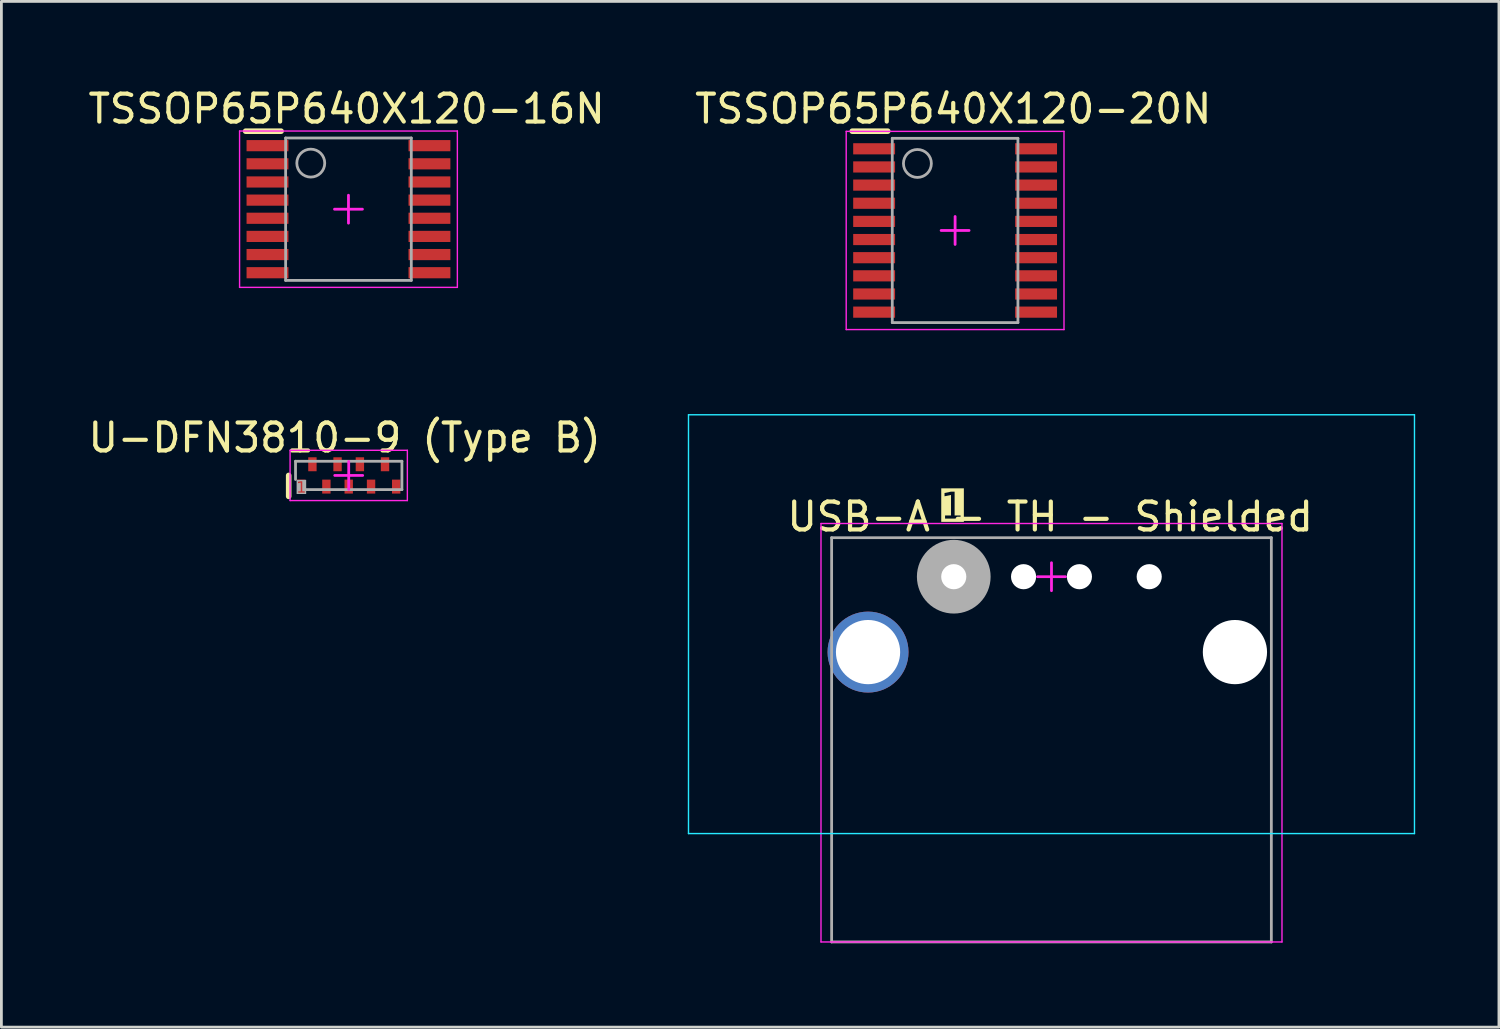
<source format=kicad_pcb>
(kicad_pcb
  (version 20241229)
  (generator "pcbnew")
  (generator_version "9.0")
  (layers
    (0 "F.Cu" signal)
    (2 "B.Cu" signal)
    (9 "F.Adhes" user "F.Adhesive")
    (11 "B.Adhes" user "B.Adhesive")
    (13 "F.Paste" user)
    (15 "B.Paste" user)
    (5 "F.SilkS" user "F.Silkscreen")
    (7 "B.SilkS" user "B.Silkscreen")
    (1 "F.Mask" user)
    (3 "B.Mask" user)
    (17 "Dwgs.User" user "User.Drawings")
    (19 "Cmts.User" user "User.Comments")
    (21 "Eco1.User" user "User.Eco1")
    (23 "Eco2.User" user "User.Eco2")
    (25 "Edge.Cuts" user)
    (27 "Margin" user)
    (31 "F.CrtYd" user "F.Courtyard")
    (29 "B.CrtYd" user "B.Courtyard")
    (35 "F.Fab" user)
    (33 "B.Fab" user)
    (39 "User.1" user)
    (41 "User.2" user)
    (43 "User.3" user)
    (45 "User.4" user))
  (footprint "U-DFN3810-9 (Type B)"
    (layer "F.Cu")
    (at 9.439 13.977)
    (property "Reference" "U-DFN3810-9 (Type B)" (at -0.147 -1.35 0) (layer "F.SilkS") (effects (font (size 1 1) (thickness 0.15))))
    (fp_line (start -2.15 0.75) (end -2.15 0) (stroke (width 0.2) (type solid)) (layer "F.SilkS"))
    (fp_line (start -2.1 -0.9) (end 2.1 -0.9) (stroke (width 0.05) (type solid)) (layer "F.CrtYd"))
    (fp_line (start -2.1 0.9) (end -2.1 -0.9) (stroke (width 0.05) (type solid)) (layer "F.CrtYd"))
    (fp_line (start -2.1 0.9) (end 2.1 0.9) (stroke (width 0.05) (type solid)) (layer "F.CrtYd"))
    (fp_line (start -0.5 0) (end 0.5 0) (stroke (width 0.1) (type solid)) (layer "F.CrtYd"))
    (fp_line (start 0 0.5) (end 0 -0.5) (stroke (width 0.1) (type solid)) (layer "F.CrtYd"))
    (fp_line (start 2.1 0.9) (end 2.1 -0.9) (stroke (width 0.05) (type solid)) (layer "F.CrtYd"))
    (fp_line (start -1.905 -0.508) (end 1.905 -0.508) (stroke (width 0.1) (type solid)) (layer "F.Fab"))
    (fp_line (start -1.905 0.145) (end -1.905 -0.508) (stroke (width 0.1) (type solid)) (layer "F.Fab"))
    (fp_line (start -1.524 0.508) (end 1.905 0.508) (stroke (width 0.1) (type solid)) (layer "F.Fab"))
    (fp_line (start 1.905 0.508) (end 1.905 -0.508) (stroke (width 0.1) (type solid)) (layer "F.Fab"))
    (fp_text user "1" (at -1.7 0.45 0) (unlocked yes) (layer "F.Fab" knockout) (effects (font (face "Arial") (size 0.4 0.4) (thickness 0.254))))
    (pad "1" smd rect (at -1.7 0.4) (size 0.3 0.5) (layers "F.Cu" "F.Mask" "F.Paste"))
    (pad "2" smd rect (at -0.8 0.4) (size 0.3 0.5) (layers "F.Cu" "F.Mask" "F.Paste"))
    (pad "3" smd rect (at 0 0.4) (size 0.3 0.5) (layers "F.Cu" "F.Mask" "F.Paste"))
    (pad "4" smd rect (at 0.8 0.4) (size 0.3 0.5) (layers "F.Cu" "F.Mask" "F.Paste"))
    (pad "5" smd rect (at 1.7 0.4) (size 0.3 0.5) (layers "F.Cu" "F.Mask" "F.Paste"))
    (pad "6" smd rect (at 1.3 -0.4) (size 0.3 0.5) (layers "F.Cu" "F.Mask" "F.Paste"))
    (pad "7" smd rect (at 0.4 -0.4) (size 0.3 0.5) (layers "F.Cu" "F.Mask" "F.Paste"))
    (pad "8" smd rect (at -0.4 -0.4) (size 0.3 0.5) (layers "F.Cu" "F.Mask" "F.Paste"))
    (pad "9" smd rect (at -1.3 -0.4) (size 0.3 0.5) (layers "F.Cu" "F.Mask" "F.Paste")))
  (footprint "TSSOP65P640X120-20N"
    (layer "F.Cu")
    (at 31.156 5.204)
    (property "Reference" "TSSOP65P640X120-20N" (at -0.067 -4.356 0) (layer "F.SilkS") (effects (font (size 1 1) (thickness 0.15))))
    (fp_line (start -3.683 -3.556) (end -2.413 -3.556) (stroke (width 0.2) (type solid)) (layer "F.SilkS"))
    (fp_line (start -3.9 -3.55) (end 3.9 -3.55) (stroke (width 0.05) (type solid)) (layer "F.CrtYd"))
    (fp_line (start -3.9 3.55) (end -3.9 -3.55) (stroke (width 0.05) (type solid)) (layer "F.CrtYd"))
    (fp_line (start -3.9 3.55) (end 3.9 3.55) (stroke (width 0.05) (type solid)) (layer "F.CrtYd"))
    (fp_line (start -0.5 0) (end 0.5 0) (stroke (width 0.1) (type solid)) (layer "F.CrtYd"))
    (fp_line (start 0 0.5) (end 0 -0.5) (stroke (width 0.1) (type solid)) (layer "F.CrtYd"))
    (fp_line (start 3.9 3.55) (end 3.9 -3.55) (stroke (width 0.05) (type solid)) (layer "F.CrtYd"))
    (fp_line (start -2.25 -3.3) (end 2.25 -3.3) (stroke (width 0.1) (type solid)) (layer "F.Fab"))
    (fp_line (start -2.25 3.3) (end -2.25 -3.3) (stroke (width 0.1) (type solid)) (layer "F.Fab"))
    (fp_line (start -2.25 3.3) (end 2.25 3.3) (stroke (width 0.1) (type solid)) (layer "F.Fab"))
    (fp_line (start 2.25 3.3) (end 2.25 -3.3) (stroke (width 0.1) (type solid)) (layer "F.Fab"))
    (fp_circle (center -1.35 -2.4) (end -1.35 -2.9) (stroke (width 0.1) (type solid)) (fill no) (layer "F.Fab"))
    (pad "1" smd rect (at -2.9 -2.925 90) (size 0.4 1.5) (layers "F.Cu" "F.Mask" "F.Paste"))
    (pad "2" smd rect (at -2.9 -2.275 90) (size 0.4 1.5) (layers "F.Cu" "F.Mask" "F.Paste"))
    (pad "3" smd rect (at -2.9 -1.625 90) (size 0.4 1.5) (layers "F.Cu" "F.Mask" "F.Paste"))
    (pad "4" smd rect (at -2.9 -0.975 90) (size 0.4 1.5) (layers "F.Cu" "F.Mask" "F.Paste"))
    (pad "5" smd rect (at -2.9 -0.325 90) (size 0.4 1.5) (layers "F.Cu" "F.Mask" "F.Paste"))
    (pad "6" smd rect (at -2.9 0.325 90) (size 0.4 1.5) (layers "F.Cu" "F.Mask" "F.Paste"))
    (pad "7" smd rect (at -2.9 0.975 90) (size 0.4 1.5) (layers "F.Cu" "F.Mask" "F.Paste"))
    (pad "8" smd rect (at -2.9 1.625 90) (size 0.4 1.5) (layers "F.Cu" "F.Mask" "F.Paste"))
    (pad "9" smd rect (at -2.9 2.275 90) (size 0.4 1.5) (layers "F.Cu" "F.Mask" "F.Paste"))
    (pad "10" smd rect (at -2.9 2.925 90) (size 0.4 1.5) (layers "F.Cu" "F.Mask" "F.Paste"))
    (pad "11" smd rect (at 2.9 2.925 90) (size 0.4 1.5) (layers "F.Cu" "F.Mask" "F.Paste"))
    (pad "12" smd rect (at 2.9 2.275 90) (size 0.4 1.5) (layers "F.Cu" "F.Mask" "F.Paste"))
    (pad "13" smd rect (at 2.9 1.625 90) (size 0.4 1.5) (layers "F.Cu" "F.Mask" "F.Paste"))
    (pad "14" smd rect (at 2.9 0.975 90) (size 0.4 1.5) (layers "F.Cu" "F.Mask" "F.Paste"))
    (pad "15" smd rect (at 2.9 0.325 90) (size 0.4 1.5) (layers "F.Cu" "F.Mask" "F.Paste"))
    (pad "16" smd rect (at 2.9 -0.325 90) (size 0.4 1.5) (layers "F.Cu" "F.Mask" "F.Paste"))
    (pad "17" smd rect (at 2.9 -0.975 90) (size 0.4 1.5) (layers "F.Cu" "F.Mask" "F.Paste"))
    (pad "18" smd rect (at 2.9 -1.625 90) (size 0.4 1.5) (layers "F.Cu" "F.Mask" "F.Paste"))
    (pad "19" smd rect (at 2.9 -2.275 90) (size 0.4 1.5) (layers "F.Cu" "F.Mask" "F.Paste"))
    (pad "20" smd rect (at 2.9 -2.925 90) (size 0.4 1.5) (layers "F.Cu" "F.Mask" "F.Paste")))
  (footprint "USB-A - TH - Shielded"
    (layer "F.Cu")
    (at 34.608 20.304)
    (property "Reference" "USB-A - TH - Shielded" (at -0.048 -4.847 0) (layer "F.SilkS") (effects (font (size 1 1) (thickness 0.15))))
    (fp_line (start -13 -8.5) (end 13 -8.5) (stroke (width 0.05) (type solid)) (layer "B.CrtYd"))
    (fp_line (start -13 6.5) (end -13 -8.5) (stroke (width 0.05) (type solid)) (layer "B.CrtYd"))
    (fp_line (start -13 6.5) (end 13 6.5) (stroke (width 0.05) (type solid)) (layer "B.CrtYd"))
    (fp_line (start 13 6.5) (end 13 -8.5) (stroke (width 0.05) (type solid)) (layer "B.CrtYd"))
    (fp_line (start -8.255 -4.605) (end 8.255 -4.605) (stroke (width 0.05) (type solid)) (layer "F.CrtYd"))
    (fp_line (start -8.255 10.381) (end -8.255 -4.605) (stroke (width 0.05) (type solid)) (layer "F.CrtYd"))
    (fp_line (start -8.255 10.381) (end 8.255 10.381) (stroke (width 0.05) (type solid)) (layer "F.CrtYd"))
    (fp_line (start -0.5 -2.7) (end 0.5 -2.7) (stroke (width 0.1) (type solid)) (layer "F.CrtYd"))
    (fp_line (start 0 -2.2) (end 0 -3.2) (stroke (width 0.1) (type solid)) (layer "F.CrtYd"))
    (fp_line (start 8.255 10.381) (end 8.255 -4.605) (stroke (width 0.05) (type solid)) (layer "F.CrtYd"))
    (fp_line (start -7.874 -4.097) (end 7.874 -4.097) (stroke (width 0.1) (type solid)) (layer "F.Fab"))
    (fp_line (start -7.874 10.381) (end -7.874 -4.097) (stroke (width 0.1) (type solid)) (layer "F.Fab"))
    (fp_line (start -7.874 10.381) (end 7.874 10.381) (stroke (width 0.1) (type solid)) (layer "F.Fab"))
    (fp_line (start 7.874 10.381) (end 7.874 -4.097) (stroke (width 0.1) (type solid)) (layer "F.Fab"))
    (fp_circle (center -3.5 -2.7) (end -3.5 -3.02) (stroke (width 1) (type solid)) (fill no) (layer "F.Fab"))
    (fp_text user "1" (at -3.555 -5.174 0) (unlocked yes) (layer "F.SilkS" knockout) (effects (font (face "Arial") (size 0.945 0.945) (thickness 0.254))))
    (pad "" np_thru_hole circle (at -3.5 -2.7) (size 0.9 0.9) (drill 0.9) (layers "*.Cu" "*.Mask"))
    (pad "" np_thru_hole circle (at -1 -2.7) (size 0.9 0.9) (drill 0.9) (layers "*.Cu" "*.Mask"))
    (pad "" np_thru_hole circle (at 1 -2.7) (size 0.9 0.9) (drill 0.9) (layers "*.Cu" "*.Mask"))
    (pad "" np_thru_hole circle (at 3.5 -2.7) (size 0.9 0.9) (drill 0.9) (layers "*.Cu" "*.Mask"))
    (pad "" np_thru_hole circle (at 6.57 0) (size 2.3 2.3) (drill 2.3) (layers "*.Cu" "*.Mask"))
    (pad "5" thru_hole circle (at -6.57 0) (size 2.9 2.9) (drill 2.3) (layers "*.Cu" "*.Mask")))
  (footprint "TSSOP65P640X120-16N"
    (layer "F.Cu")
    (at 9.43 4.442)
    (property "Reference" "TSSOP65P640X120-16N" (at -0.067 -3.594 0) (layer "F.SilkS") (effects (font (size 1 1) (thickness 0.15))))
    (fp_line (start -3.683 -2.794) (end -2.413 -2.794) (stroke (width 0.2) (type solid)) (layer "F.SilkS"))
    (fp_line (start -3.9 -2.8) (end 3.9 -2.8) (stroke (width 0.05) (type solid)) (layer "F.CrtYd"))
    (fp_line (start -3.9 2.8) (end -3.9 -2.8) (stroke (width 0.05) (type solid)) (layer "F.CrtYd"))
    (fp_line (start -3.9 2.8) (end 3.9 2.8) (stroke (width 0.05) (type solid)) (layer "F.CrtYd"))
    (fp_line (start -0.5 0) (end 0.5 0) (stroke (width 0.1) (type solid)) (layer "F.CrtYd"))
    (fp_line (start 0 0.5) (end 0 -0.5) (stroke (width 0.1) (type solid)) (layer "F.CrtYd"))
    (fp_line (start 3.9 2.8) (end 3.9 -2.8) (stroke (width 0.05) (type solid)) (layer "F.CrtYd"))
    (fp_line (start -2.25 -2.55) (end 2.25 -2.55) (stroke (width 0.1) (type solid)) (layer "F.Fab"))
    (fp_line (start -2.25 2.55) (end -2.25 -2.55) (stroke (width 0.1) (type solid)) (layer "F.Fab"))
    (fp_line (start -2.25 2.55) (end 2.25 2.55) (stroke (width 0.1) (type solid)) (layer "F.Fab"))
    (fp_line (start 2.25 2.55) (end 2.25 -2.55) (stroke (width 0.1) (type solid)) (layer "F.Fab"))
    (fp_circle (center -1.35 -1.65) (end -1.35 -2.15) (stroke (width 0.1) (type solid)) (fill no) (layer "F.Fab"))
    (pad "1" smd rect (at -2.9 -2.275 90) (size 0.4 1.5) (layers "F.Cu" "F.Mask" "F.Paste"))
    (pad "2" smd rect (at -2.9 -1.625 90) (size 0.4 1.5) (layers "F.Cu" "F.Mask" "F.Paste"))
    (pad "3" smd rect (at -2.9 -0.975 90) (size 0.4 1.5) (layers "F.Cu" "F.Mask" "F.Paste"))
    (pad "4" smd rect (at -2.9 -0.325 90) (size 0.4 1.5) (layers "F.Cu" "F.Mask" "F.Paste"))
    (pad "5" smd rect (at -2.9 0.325 90) (size 0.4 1.5) (layers "F.Cu" "F.Mask" "F.Paste"))
    (pad "6" smd rect (at -2.9 0.975 90) (size 0.4 1.5) (layers "F.Cu" "F.Mask" "F.Paste"))
    (pad "7" smd rect (at -2.9 1.625 90) (size 0.4 1.5) (layers "F.Cu" "F.Mask" "F.Paste"))
    (pad "8" smd rect (at -2.9 2.275 90) (size 0.4 1.5) (layers "F.Cu" "F.Mask" "F.Paste"))
    (pad "9" smd rect (at 2.9 2.275 90) (size 0.4 1.5) (layers "F.Cu" "F.Mask" "F.Paste"))
    (pad "10" smd rect (at 2.9 1.625 90) (size 0.4 1.5) (layers "F.Cu" "F.Mask" "F.Paste"))
    (pad "11" smd rect (at 2.9 0.975 90) (size 0.4 1.5) (layers "F.Cu" "F.Mask" "F.Paste"))
    (pad "12" smd rect (at 2.9 0.325 90) (size 0.4 1.5) (layers "F.Cu" "F.Mask" "F.Paste"))
    (pad "13" smd rect (at 2.9 -0.325 90) (size 0.4 1.5) (layers "F.Cu" "F.Mask" "F.Paste"))
    (pad "14" smd rect (at 2.9 -0.975 90) (size 0.4 1.5) (layers "F.Cu" "F.Mask" "F.Paste"))
    (pad "15" smd rect (at 2.9 -1.625 90) (size 0.4 1.5) (layers "F.Cu" "F.Mask" "F.Paste"))
    (pad "16" smd rect (at 2.9 -2.275 90) (size 0.4 1.5) (layers "F.Cu" "F.Mask" "F.Paste")))
  (gr_rect
    (start -3 -3)
    (end 50.633 33.735)
    (stroke (width 0.1) (type default))
    (fill no)
    (layer "Edge.Cuts")))
</source>
